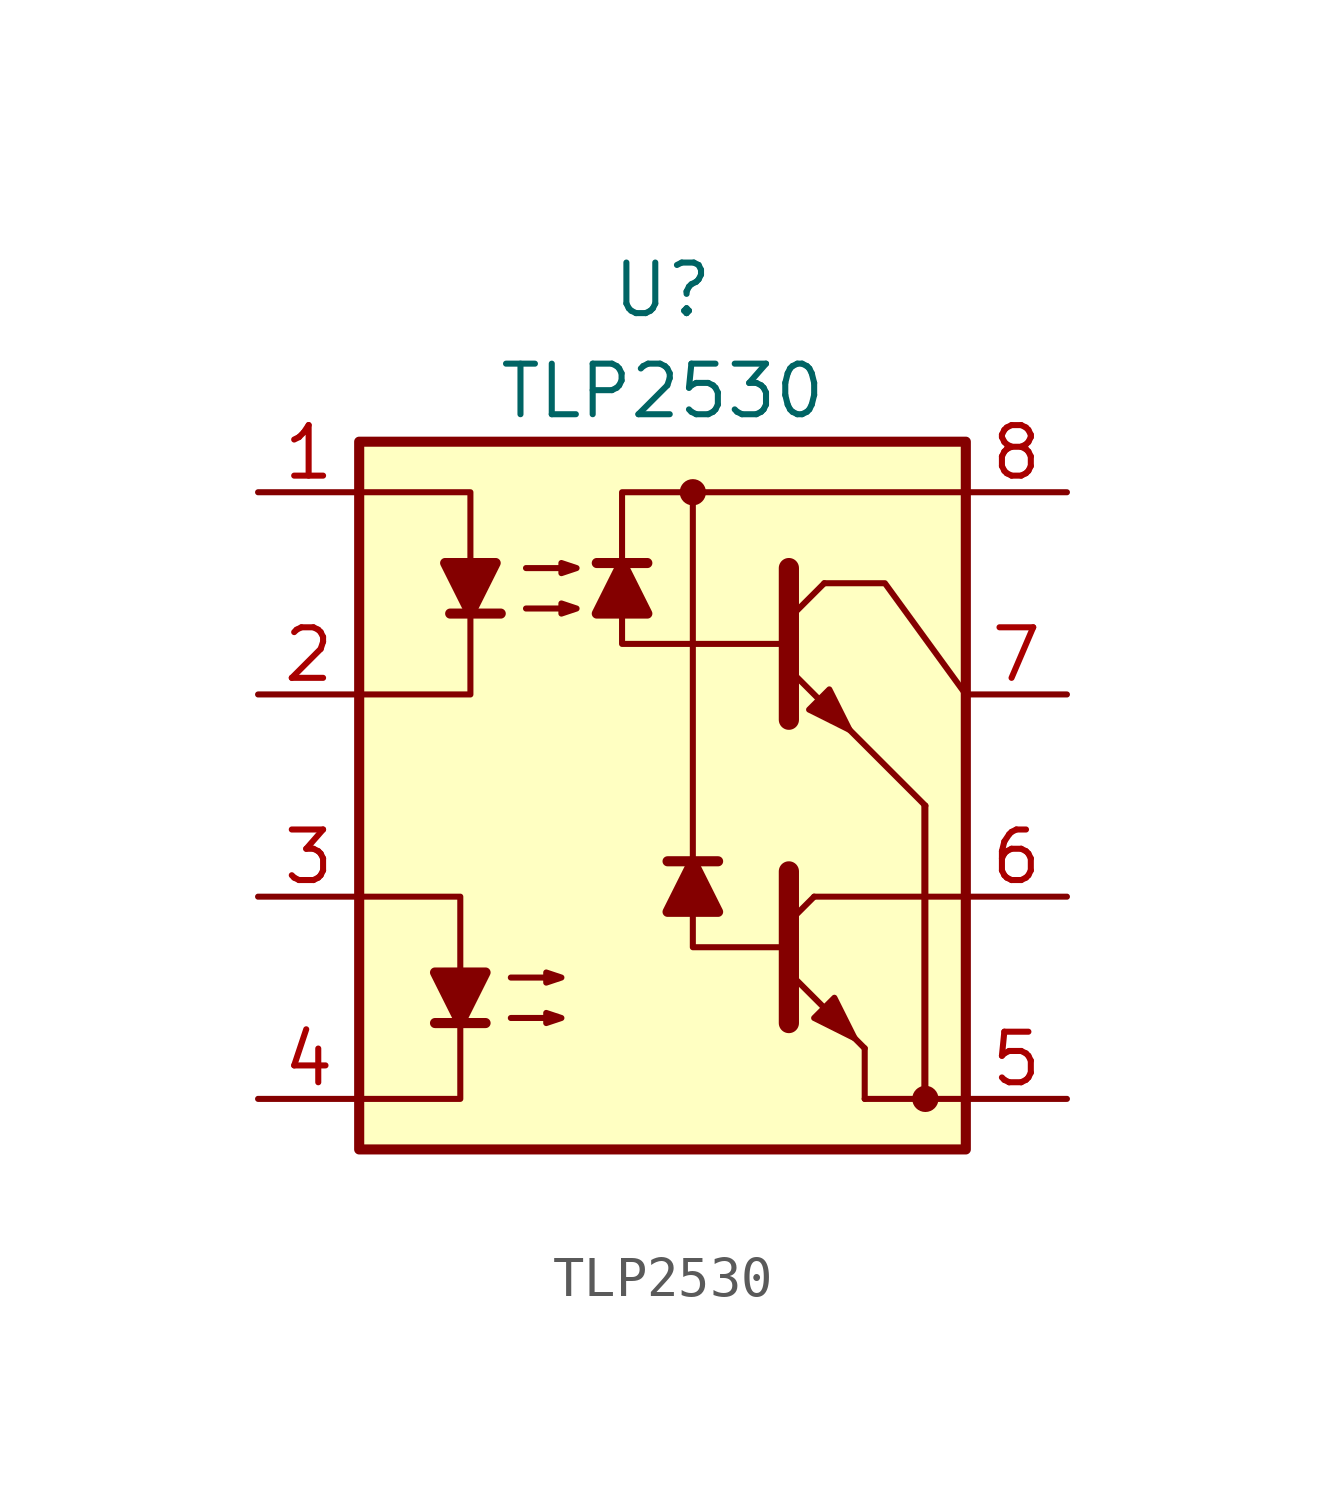
<source format=kicad_sym>
(kicad_symbol_lib
  (version 20241209)
  (generator "kicad_symbol_editor")
  (generator_version "9.0")
  (symbol "TLP2530"
    (pin_names
      (hide yes))
    (property "Reference" "U"
      (at 0 12.7 0)
      (effects (font (size 1.27 1.27))))
    (property "Value" "TLP2530"
      (at 0 10.16 0)
      (effects (font (size 1.27 1.27))))
    (symbol "TLP2530_0_1"
      (rectangle (start -7.62 8.89) (end 7.62 -8.89) (stroke (width 0.254) (type default)) (fill (type background)))
      (polyline (pts (xy -7.62 2.54) (xy -4.826 2.54) (xy -4.826 7.62) (xy -7.62 7.62)) (stroke (width 0) (type default)) (fill (type none)))
      (polyline (pts (xy -7.62 -2.54) (xy -5.08 -2.54) (xy -5.08 -7.62) (xy -7.62 -7.62)) (stroke (width 0) (type default)) (fill (type none)))
      (polyline (pts (xy -5.715 -5.715) (xy -4.445 -5.715)) (stroke (width 0.254) (type default)) (fill (type none)))
      (polyline (pts (xy -5.334 4.572) (xy -4.064 4.572)) (stroke (width 0.254) (type default)) (fill (type none)))
      (polyline (pts (xy -5.08 -5.715) (xy -5.715 -4.445) (xy -4.445 -4.445) (xy -5.08 -5.715)) (stroke (width 0.254) (type default)) (fill (type outline)))
      (polyline (pts (xy -4.826 4.572) (xy -5.461 5.842) (xy -4.191 5.842) (xy -4.826 4.572)) (stroke (width 0.254) (type default)) (fill (type outline)))
      (polyline (pts (xy -3.81 -4.572) (xy -2.54 -4.572) (xy -2.921 -4.699) (xy -2.921 -4.445) (xy -2.54 -4.572)) (stroke (width 0) (type default)) (fill (type none)))
      (polyline (pts (xy -3.81 -5.588) (xy -2.54 -5.588) (xy -2.921 -5.715) (xy -2.921 -5.461) (xy -2.54 -5.588)) (stroke (width 0) (type default)) (fill (type none)))
      (polyline (pts (xy -3.429 5.715) (xy -2.159 5.715) (xy -2.54 5.588) (xy -2.54 5.842) (xy -2.159 5.715)) (stroke (width 0) (type default)) (fill (type none)))
      (polyline (pts (xy -3.429 4.699) (xy -2.159 4.699) (xy -2.54 4.572) (xy -2.54 4.826) (xy -2.159 4.699)) (stroke (width 0) (type default)) (fill (type none)))
      (polyline (pts (xy -1.016 5.842) (xy -0.381 4.572) (xy -1.651 4.572) (xy -1.016 5.842)) (stroke (width 0.254) (type default)) (fill (type outline)))
      (polyline (pts (xy -0.381 5.842) (xy -1.651 5.842)) (stroke (width 0.254) (type default)) (fill (type none)))
      (circle (center 0.762 7.62) (radius 0.254) (stroke (width 0) (type default)) (fill (type outline)))
      (polyline (pts (xy 0.762 -1.651) (xy 1.397 -2.921) (xy 0.127 -2.921) (xy 0.762 -1.651)) (stroke (width 0.254) (type default)) (fill (type outline)))
      (polyline (pts (xy 0.762 -2.032) (xy 0.762 7.62)) (stroke (width 0) (type default)) (fill (type none)))
      (polyline (pts (xy 0.762 -2.794) (xy 0.762 -3.81) (xy 3.048 -3.81)) (stroke (width 0) (type default)) (fill (type none)))
      (polyline (pts (xy 1.397 -1.651) (xy 0.127 -1.651)) (stroke (width 0.254) (type default)) (fill (type none)))
      (polyline (pts (xy 3.048 3.81) (xy -1.016 3.81) (xy -1.016 4.826)) (stroke (width 0) (type default)) (fill (type none)))
      (polyline (pts (xy 3.175 5.715) (xy 3.175 1.905) (xy 3.175 1.905)) (stroke (width 0.508) (type default)) (fill (type none)))
      (polyline (pts (xy 3.175 4.445) (xy 4.064 5.334)) (stroke (width 0) (type default)) (fill (type none)))
      (polyline (pts (xy 3.175 -4.445) (xy 5.08 -6.35)) (stroke (width 0) (type default)) (fill (type none)))
      (polyline (pts (xy 3.175 -5.715) (xy 3.175 -1.905) (xy 3.175 -1.905)) (stroke (width 0.508) (type default)) (fill (type none)))
      (polyline (pts (xy 3.683 2.159) (xy 4.191 2.667) (xy 4.699 1.651) (xy 3.683 2.159) (xy 3.683 2.159)) (stroke (width 0) (type default)) (fill (type outline)))
      (polyline (pts (xy 3.81 -2.54) (xy 3.175 -3.175)) (stroke (width 0) (type default)) (fill (type outline)))
      (polyline (pts (xy 3.81 -2.54) (xy 7.62 -2.54)) (stroke (width 0) (type default)) (fill (type none)))
      (polyline (pts (xy 3.81 -5.588) (xy 4.318 -5.08) (xy 4.826 -6.096) (xy 3.81 -5.588) (xy 3.81 -5.588)) (stroke (width 0) (type default)) (fill (type outline)))
      (polyline (pts (xy 4.064 5.334) (xy 5.588 5.334) (xy 7.62 2.54)) (stroke (width 0) (type default)) (fill (type none)))
      (polyline (pts (xy 5.08 -6.35) (xy 5.08 -7.62)) (stroke (width 0) (type default)) (fill (type none)))
      (rectangle (start 6.579 -0.254) (end 6.604 -7.62) (stroke (width 0) (type default)) (fill (type none)))
      (polyline (pts (xy 6.604 -0.254) (xy 3.175 3.175)) (stroke (width 0) (type default)) (fill (type outline)))
      (circle (center 6.604 -7.62) (radius 0.254) (stroke (width 0) (type default)) (fill (type outline)))
      (polyline (pts (xy 7.62 7.62) (xy -1.016 7.62) (xy -1.016 5.842)) (stroke (width 0) (type default)) (fill (type none)))
      (polyline (pts (xy 7.62 -7.62) (xy 5.08 -7.62)) (stroke (width 0) (type default)) (fill (type none))))
    (symbol "TLP2530_1_1"
      (pin passive line (at -10.16 7.62 0) (length 2.54) (name "A1" (effects (font (size 1.27 1.27)))) (number "1" (effects (font (size 1.27 1.27)))))
      (pin passive line (at -10.16 2.54 0) (length 2.54) (name "C1" (effects (font (size 1.27 1.27)))) (number "2" (effects (font (size 1.27 1.27)))))
      (pin passive line (at -10.16 -2.54 0) (length 2.54) (name "C2" (effects (font (size 1.27 1.27)))) (number "3" (effects (font (size 1.27 1.27)))))
      (pin passive line (at -10.16 -7.62 0) (length 2.54) (name "A2" (effects (font (size 1.27 1.27)))) (number "4" (effects (font (size 1.27 1.27)))))
      (pin power_in line (at 10.16 7.62 180) (length 2.54) (name "VCC" (effects (font (size 1.27 1.27)))) (number "8" (effects (font (size 1.27 1.27)))))
      (pin output line (at 10.16 2.54 180) (length 2.54) (name "VO" (effects (font (size 1.27 1.27)))) (number "7" (effects (font (size 1.27 1.27)))))
      (pin output line (at 10.16 -2.54 180) (length 2.54) (name "VO" (effects (font (size 1.27 1.27)))) (number "6" (effects (font (size 1.27 1.27)))))
      (pin power_in line (at 10.16 -7.62 180) (length 2.54) (name "VEE" (effects (font (size 1.27 1.27)))) (number "5" (effects (font (size 1.27 1.27))))))))
</source>
